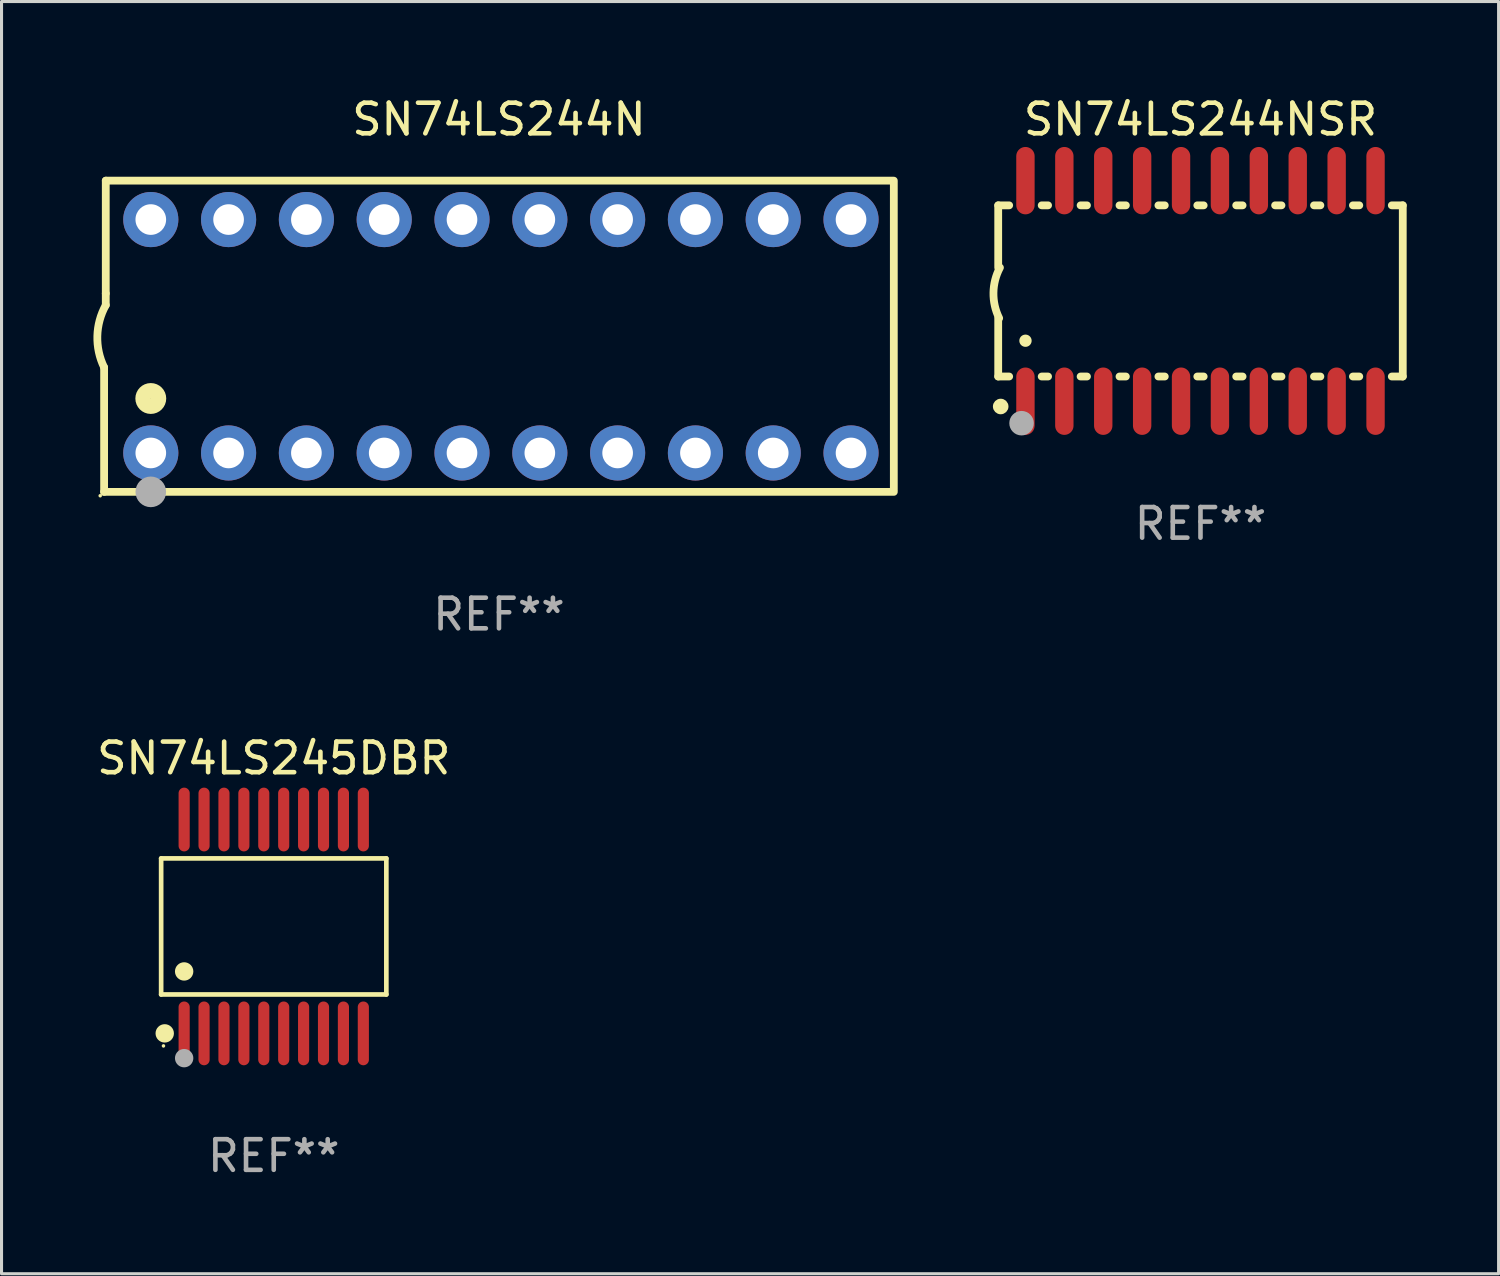
<source format=kicad_pcb>
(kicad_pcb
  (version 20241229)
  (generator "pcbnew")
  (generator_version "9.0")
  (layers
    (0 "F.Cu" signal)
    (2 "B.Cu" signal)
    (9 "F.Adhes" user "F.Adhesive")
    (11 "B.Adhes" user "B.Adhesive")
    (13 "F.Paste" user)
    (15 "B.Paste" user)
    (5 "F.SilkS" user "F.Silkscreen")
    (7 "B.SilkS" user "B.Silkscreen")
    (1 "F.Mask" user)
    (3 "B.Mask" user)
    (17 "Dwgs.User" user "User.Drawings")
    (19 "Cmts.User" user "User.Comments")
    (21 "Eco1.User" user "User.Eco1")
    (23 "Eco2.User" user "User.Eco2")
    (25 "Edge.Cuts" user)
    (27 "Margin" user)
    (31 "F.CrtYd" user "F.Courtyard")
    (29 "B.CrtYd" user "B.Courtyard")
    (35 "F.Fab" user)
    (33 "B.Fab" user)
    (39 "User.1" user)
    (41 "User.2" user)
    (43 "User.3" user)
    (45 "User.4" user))
  (footprint "SN74LS244N"
    (layer "F.Cu")
    (at 13.24 7.928)
    (property "Reference" "SN74LS244N" (at 0 -7.08 0) (layer "F.SilkS") (effects (font (size 1 1) (thickness 0.15))))
    (attr through_hole)
    (fp_line (start -12.891 5.08) (end -12.891 1.016) (stroke (width 0.254) (type solid)) (layer "F.SilkS"))
    (fp_line (start -12.891 5.08) (end 12.891 5.08) (stroke (width 0.254) (type solid)) (layer "F.SilkS"))
    (fp_line (start -12.837 -5.08) (end -12.837 -1.397) (stroke (width 0.254) (type solid)) (layer "F.SilkS"))
    (fp_line (start -12.837 -5.08) (end 12.891 -5.08) (stroke (width 0.254) (type solid)) (layer "F.SilkS"))
    (fp_line (start -12.837 -1.397) (end -12.837 -1.016) (stroke (width 0.254) (type solid)) (layer "F.SilkS"))
    (fp_line (start 12.891 -5) (end 12.891 5) (stroke (width 0.254) (type solid)) (layer "F.SilkS"))
    (fp_arc (start -12.890526 1.016002) (mid -13.111945 -0.006602) (end -12.836525 -1.016002) (stroke (width 0.254001) (type solid)) (layer "F.SilkS"))
    (fp_circle (center -13.018 5.207) (end -12.988 5.207) (stroke (width 0.06) (type solid)) (fill no) (layer "F.SilkS"))
    (fp_circle (center -11.367 2.032) (end -11.113 2.032) (stroke (width 0.5) (type solid)) (fill no) (layer "F.SilkS"))
    (fp_circle (center -11.367 5.08) (end -11.117 5.08) (stroke (width 0.5) (type solid)) (fill no) (layer "F.Fab"))
    (fp_text user "REF**" (at 0 9.08 0) (layer "F.Fab") (effects (font (size 1 1) (thickness 0.15))))
    (pad "1" thru_hole circle (at -11.367 3.81) (size 1.8 1.8) (drill 1) (layers "*.Cu" "*.Mask"))
    (pad "2" thru_hole circle (at -8.827 3.81) (size 1.8 1.8) (drill 1) (layers "*.Cu" "*.Mask"))
    (pad "3" thru_hole circle (at -6.287 3.81) (size 1.8 1.8) (drill 1) (layers "*.Cu" "*.Mask"))
    (pad "4" thru_hole circle (at -3.747 3.81) (size 1.8 1.8) (drill 1) (layers "*.Cu" "*.Mask"))
    (pad "5" thru_hole circle (at -1.207 3.81) (size 1.8 1.8) (drill 1) (layers "*.Cu" "*.Mask"))
    (pad "6" thru_hole circle (at 1.334 3.81) (size 1.8 1.8) (drill 1) (layers "*.Cu" "*.Mask"))
    (pad "7" thru_hole circle (at 3.874 3.81) (size 1.8 1.8) (drill 1) (layers "*.Cu" "*.Mask"))
    (pad "8" thru_hole circle (at 6.414 3.81) (size 1.8 1.8) (drill 1) (layers "*.Cu" "*.Mask"))
    (pad "9" thru_hole circle (at 8.954 3.81) (size 1.8 1.8) (drill 1) (layers "*.Cu" "*.Mask"))
    (pad "10" thru_hole circle (at 11.494 3.81) (size 1.8 1.8) (drill 1) (layers "*.Cu" "*.Mask"))
    (pad "11" thru_hole circle (at 11.494 -3.81) (size 1.8 1.8) (drill 1) (layers "*.Cu" "*.Mask"))
    (pad "12" thru_hole circle (at 8.954 -3.81) (size 1.8 1.8) (drill 1) (layers "*.Cu" "*.Mask"))
    (pad "13" thru_hole circle (at 6.414 -3.81) (size 1.8 1.8) (drill 1) (layers "*.Cu" "*.Mask"))
    (pad "14" thru_hole circle (at 3.874 -3.81) (size 1.8 1.8) (drill 1) (layers "*.Cu" "*.Mask"))
    (pad "15" thru_hole circle (at 1.334 -3.81) (size 1.8 1.8) (drill 1) (layers "*.Cu" "*.Mask"))
    (pad "16" thru_hole circle (at -1.207 -3.81) (size 1.8 1.8) (drill 1) (layers "*.Cu" "*.Mask"))
    (pad "17" thru_hole circle (at -3.747 -3.81) (size 1.8 1.8) (drill 1) (layers "*.Cu" "*.Mask"))
    (pad "18" thru_hole circle (at -6.287 -3.81) (size 1.8 1.8) (drill 1) (layers "*.Cu" "*.Mask"))
    (pad "19" thru_hole circle (at -8.827 -3.81) (size 1.8 1.8) (drill 1) (layers "*.Cu" "*.Mask"))
    (pad "20" thru_hole circle (at -11.367 -3.81) (size 1.8 1.8) (drill 1) (layers "*.Cu" "*.Mask")))
  (footprint "SN74LS244NSR"
    (layer "F.Cu")
    (at 36.143 6.448)
    (property "Reference" "SN74LS244NSR" (at 0 -5.6 0) (layer "F.SilkS") (effects (font (size 1 1) (thickness 0.15))))
    (attr through_hole)
    (fp_line (start -6.604 -2.794) (end -6.246 -2.794) (stroke (width 0.254) (type solid)) (layer "F.SilkS"))
    (fp_line (start -6.604 -0.762) (end -6.604 -2.794) (stroke (width 0.254) (type solid)) (layer "F.SilkS"))
    (fp_line (start -6.604 2.794) (end -6.604 0.889) (stroke (width 0.254) (type solid)) (layer "F.SilkS"))
    (fp_line (start -6.246 2.794) (end -6.604 2.794) (stroke (width 0.254) (type solid)) (layer "F.SilkS"))
    (fp_line (start -5.184 -2.794) (end -4.976 -2.794) (stroke (width 0.254) (type solid)) (layer "F.SilkS"))
    (fp_line (start -4.976 2.794) (end -5.184 2.794) (stroke (width 0.254) (type solid)) (layer "F.SilkS"))
    (fp_line (start -3.914 -2.794) (end -3.706 -2.794) (stroke (width 0.254) (type solid)) (layer "F.SilkS"))
    (fp_line (start -3.706 2.794) (end -3.914 2.794) (stroke (width 0.254) (type solid)) (layer "F.SilkS"))
    (fp_line (start -2.644 -2.794) (end -2.436 -2.794) (stroke (width 0.254) (type solid)) (layer "F.SilkS"))
    (fp_line (start -2.436 2.794) (end -2.644 2.794) (stroke (width 0.254) (type solid)) (layer "F.SilkS"))
    (fp_line (start -1.374 -2.794) (end -1.166 -2.794) (stroke (width 0.254) (type solid)) (layer "F.SilkS"))
    (fp_line (start -1.166 2.794) (end -1.374 2.794) (stroke (width 0.254) (type solid)) (layer "F.SilkS"))
    (fp_line (start -0.104 -2.794) (end 0.104 -2.794) (stroke (width 0.254) (type solid)) (layer "F.SilkS"))
    (fp_line (start 0.104 2.794) (end -0.104 2.794) (stroke (width 0.254) (type solid)) (layer "F.SilkS"))
    (fp_line (start 1.166 -2.794) (end 1.374 -2.794) (stroke (width 0.254) (type solid)) (layer "F.SilkS"))
    (fp_line (start 1.374 2.794) (end 1.166 2.794) (stroke (width 0.254) (type solid)) (layer "F.SilkS"))
    (fp_line (start 2.436 -2.794) (end 2.644 -2.794) (stroke (width 0.254) (type solid)) (layer "F.SilkS"))
    (fp_line (start 2.644 2.794) (end 2.436 2.794) (stroke (width 0.254) (type solid)) (layer "F.SilkS"))
    (fp_line (start 3.706 -2.794) (end 3.914 -2.794) (stroke (width 0.254) (type solid)) (layer "F.SilkS"))
    (fp_line (start 3.914 2.794) (end 3.706 2.794) (stroke (width 0.254) (type solid)) (layer "F.SilkS"))
    (fp_line (start 4.976 -2.794) (end 5.184 -2.794) (stroke (width 0.254) (type solid)) (layer "F.SilkS"))
    (fp_line (start 5.184 2.794) (end 4.976 2.794) (stroke (width 0.254) (type solid)) (layer "F.SilkS"))
    (fp_line (start 6.246 -2.794) (end 6.604 -2.794) (stroke (width 0.254) (type solid)) (layer "F.SilkS"))
    (fp_line (start 6.604 -2.794) (end 6.604 2.794) (stroke (width 0.254) (type solid)) (layer "F.SilkS"))
    (fp_line (start 6.604 2.794) (end 6.246 2.794) (stroke (width 0.254) (type solid)) (layer "F.SilkS"))
    (fp_arc (start -6.572821 0.889028) (mid -6.759035 0.060466) (end -6.547422 -0.761976) (stroke (width 0.254001) (type solid)) (layer "F.SilkS"))
    (fp_arc (start -6.570993 3.749047) (mid -6.569723 3.749042) (end -6.568453 3.749047) (stroke (width 0.3) (type solid)) (layer "F.SilkS"))
    (fp_arc (start -5.715011 1.625603) (mid -5.713741 1.625599) (end -5.712471 1.625603) (stroke (width 0.4) (type solid)) (layer "F.SilkS"))
    (fp_circle (center -6.523 3.773) (end -6.396 3.773) (stroke (width 0.254) (type solid)) (fill no) (layer "F.SilkS"))
    (fp_circle (center -5.842 4.318) (end -5.642 4.318) (stroke (width 0.4) (type solid)) (fill no) (layer "F.Fab"))
    (fp_text user "REF**" (at 0 7.6 0) (layer "F.Fab") (effects (font (size 1 1) (thickness 0.15))))
    (pad "1" smd oval (at -5.715 3.6) (size 0.6 2.2) (layers "F.Cu" "F.Mask" "F.Paste"))
    (pad "2" smd oval (at -4.445 3.6) (size 0.6 2.2) (layers "F.Cu" "F.Mask" "F.Paste"))
    (pad "3" smd oval (at -3.175 3.6) (size 0.6 2.2) (layers "F.Cu" "F.Mask" "F.Paste"))
    (pad "4" smd oval (at -1.905 3.6) (size 0.6 2.2) (layers "F.Cu" "F.Mask" "F.Paste"))
    (pad "5" smd oval (at -0.635 3.6) (size 0.6 2.2) (layers "F.Cu" "F.Mask" "F.Paste"))
    (pad "6" smd oval (at 0.635 3.6) (size 0.6 2.2) (layers "F.Cu" "F.Mask" "F.Paste"))
    (pad "7" smd oval (at 1.905 3.6) (size 0.6 2.2) (layers "F.Cu" "F.Mask" "F.Paste"))
    (pad "8" smd oval (at 3.175 3.6) (size 0.6 2.2) (layers "F.Cu" "F.Mask" "F.Paste"))
    (pad "9" smd oval (at 4.445 3.6) (size 0.6 2.2) (layers "F.Cu" "F.Mask" "F.Paste"))
    (pad "10" smd oval (at 5.715 3.6) (size 0.6 2.2) (layers "F.Cu" "F.Mask" "F.Paste"))
    (pad "11" smd oval (at 5.715 -3.6 180) (size 0.6 2.2) (layers "F.Cu" "F.Mask" "F.Paste"))
    (pad "12" smd oval (at 4.445 -3.6 180) (size 0.6 2.2) (layers "F.Cu" "F.Mask" "F.Paste"))
    (pad "13" smd oval (at 3.175 -3.6 180) (size 0.6 2.2) (layers "F.Cu" "F.Mask" "F.Paste"))
    (pad "14" smd oval (at 1.905 -3.6 180) (size 0.6 2.2) (layers "F.Cu" "F.Mask" "F.Paste"))
    (pad "15" smd oval (at 0.635 -3.6 180) (size 0.6 2.2) (layers "F.Cu" "F.Mask" "F.Paste"))
    (pad "16" smd oval (at -0.635 -3.6 180) (size 0.6 2.2) (layers "F.Cu" "F.Mask" "F.Paste"))
    (pad "17" smd oval (at -1.905 -3.6 180) (size 0.6 2.2) (layers "F.Cu" "F.Mask" "F.Paste"))
    (pad "18" smd oval (at -3.175 -3.6 180) (size 0.6 2.2) (layers "F.Cu" "F.Mask" "F.Paste"))
    (pad "19" smd oval (at -4.445 -3.6 180) (size 0.6 2.2) (layers "F.Cu" "F.Mask" "F.Paste"))
    (pad "20" smd oval (at -5.715 -3.6 180) (size 0.6 2.2) (layers "F.Cu" "F.Mask" "F.Paste")))
  (footprint "SN74LS245DBR"
    (layer "F.Cu")
    (at 5.887 27.196)
    (property "Reference" "SN74LS245DBR" (at 0 -5.491 0) (layer "F.SilkS") (effects (font (size 1 1) (thickness 0.15))))
    (attr through_hole)
    (fp_line (start -3.676 -2.221) (end 3.676 -2.221) (stroke (width 0.152) (type solid)) (layer "F.SilkS"))
    (fp_line (start -3.676 2.221) (end -3.676 -2.221) (stroke (width 0.152) (type solid)) (layer "F.SilkS"))
    (fp_line (start 3.676 -2.221) (end 3.676 2.221) (stroke (width 0.152) (type solid)) (layer "F.SilkS"))
    (fp_line (start 3.676 2.221) (end -3.676 2.221) (stroke (width 0.152) (type solid)) (layer "F.SilkS"))
    (fp_circle (center -3.6 3.9) (end -3.57 3.9) (stroke (width 0.06) (type solid)) (fill no) (layer "F.SilkS"))
    (fp_circle (center -3.559 3.491) (end -3.409 3.491) (stroke (width 0.3) (type solid)) (fill no) (layer "F.SilkS"))
    (fp_circle (center -2.925 1.469) (end -2.775 1.469) (stroke (width 0.3) (type solid)) (fill no) (layer "F.SilkS"))
    (fp_circle (center -2.925 4.3) (end -2.775 4.3) (stroke (width 0.3) (type solid)) (fill no) (layer "F.Fab"))
    (fp_text user "REF**" (at 0 7.491 0) (layer "F.Fab") (effects (font (size 1 1) (thickness 0.15))))
    (pad "1" smd oval (at -2.925 3.491) (size 0.364 2.082) (layers "F.Cu" "F.Mask" "F.Paste"))
    (pad "2" smd oval (at -2.275 3.491) (size 0.364 2.082) (layers "F.Cu" "F.Mask" "F.Paste"))
    (pad "3" smd oval (at -1.625 3.491) (size 0.364 2.082) (layers "F.Cu" "F.Mask" "F.Paste"))
    (pad "4" smd oval (at -0.975 3.491) (size 0.364 2.082) (layers "F.Cu" "F.Mask" "F.Paste"))
    (pad "5" smd oval (at -0.325 3.491) (size 0.364 2.082) (layers "F.Cu" "F.Mask" "F.Paste"))
    (pad "6" smd oval (at 0.325 3.491) (size 0.364 2.082) (layers "F.Cu" "F.Mask" "F.Paste"))
    (pad "7" smd oval (at 0.975 3.491) (size 0.364 2.082) (layers "F.Cu" "F.Mask" "F.Paste"))
    (pad "8" smd oval (at 1.625 3.491) (size 0.364 2.082) (layers "F.Cu" "F.Mask" "F.Paste"))
    (pad "9" smd oval (at 2.275 3.491) (size 0.364 2.082) (layers "F.Cu" "F.Mask" "F.Paste"))
    (pad "10" smd oval (at 2.925 3.491) (size 0.364 2.082) (layers "F.Cu" "F.Mask" "F.Paste"))
    (pad "11" smd oval (at 2.925 -3.491) (size 0.364 2.082) (layers "F.Cu" "F.Mask" "F.Paste"))
    (pad "12" smd oval (at 2.275 -3.491) (size 0.364 2.082) (layers "F.Cu" "F.Mask" "F.Paste"))
    (pad "13" smd oval (at 1.625 -3.491) (size 0.364 2.082) (layers "F.Cu" "F.Mask" "F.Paste"))
    (pad "14" smd oval (at 0.975 -3.491) (size 0.364 2.082) (layers "F.Cu" "F.Mask" "F.Paste"))
    (pad "15" smd oval (at 0.325 -3.491) (size 0.364 2.082) (layers "F.Cu" "F.Mask" "F.Paste"))
    (pad "16" smd oval (at -0.325 -3.491) (size 0.364 2.082) (layers "F.Cu" "F.Mask" "F.Paste"))
    (pad "17" smd oval (at -0.975 -3.491) (size 0.364 2.082) (layers "F.Cu" "F.Mask" "F.Paste"))
    (pad "18" smd oval (at -1.625 -3.491) (size 0.364 2.082) (layers "F.Cu" "F.Mask" "F.Paste"))
    (pad "19" smd oval (at -2.275 -3.491) (size 0.364 2.082) (layers "F.Cu" "F.Mask" "F.Paste"))
    (pad "20" smd oval (at -2.925 -3.491) (size 0.364 2.082) (layers "F.Cu" "F.Mask" "F.Paste")))
  (gr_rect
    (start -3 -3)
    (end 45.875 38.535)
    (stroke (width 0.1) (type default))
    (fill no)
    (layer "Edge.Cuts")))
</source>
